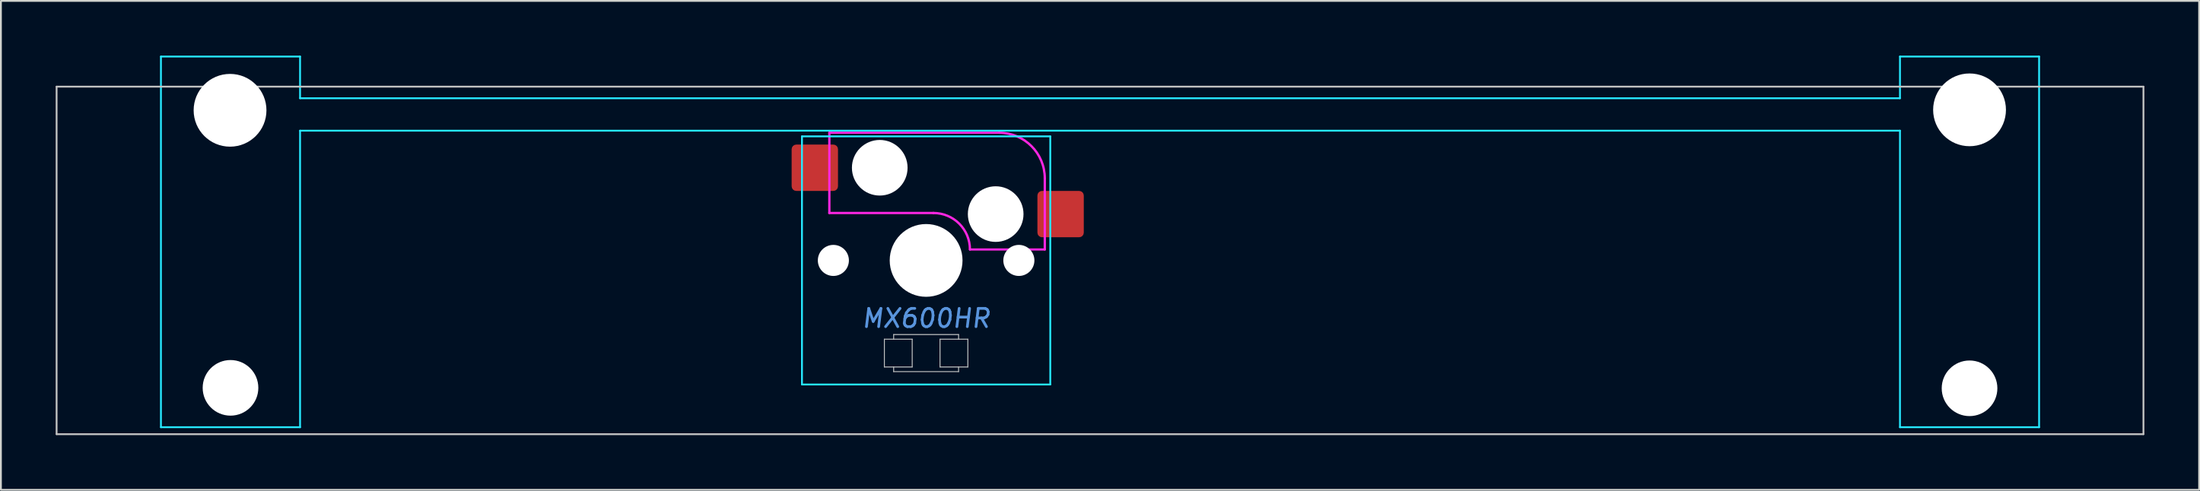
<source format=kicad_pcb>
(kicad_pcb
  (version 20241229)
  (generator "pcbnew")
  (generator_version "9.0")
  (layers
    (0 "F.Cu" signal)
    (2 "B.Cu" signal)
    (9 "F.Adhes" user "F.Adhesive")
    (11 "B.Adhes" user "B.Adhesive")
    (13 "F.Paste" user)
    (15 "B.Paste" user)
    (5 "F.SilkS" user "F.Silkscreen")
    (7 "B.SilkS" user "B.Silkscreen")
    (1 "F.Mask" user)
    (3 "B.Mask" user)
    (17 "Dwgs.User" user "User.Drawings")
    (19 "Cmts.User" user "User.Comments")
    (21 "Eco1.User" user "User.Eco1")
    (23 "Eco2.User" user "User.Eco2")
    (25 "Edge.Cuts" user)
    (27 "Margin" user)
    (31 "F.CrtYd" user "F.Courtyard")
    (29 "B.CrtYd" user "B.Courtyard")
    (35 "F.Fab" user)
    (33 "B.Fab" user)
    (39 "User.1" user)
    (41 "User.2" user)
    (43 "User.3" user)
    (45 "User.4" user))
  (footprint "MX600HR"
    (layer "F.Cu")
    (at 47.675 11.226)
    (property "Reference" "MX600HR" (at 0 3.175 0) (layer "Cmts.User") (effects (font (size 1 1) (thickness 0.15) (italic yes))))
    (attr smd)
    (fp_line (start -47.625 -9.525) (end -47.625 9.525) (stroke (width 0.1) (type solid)) (layer "Dwgs.User"))
    (fp_line (start -47.625 -9.525) (end 66.675 -9.525) (stroke (width 0.1) (type solid)) (layer "Dwgs.User"))
    (fp_line (start -47.625 9.525) (end 66.675 9.525) (stroke (width 0.1) (type solid)) (layer "Dwgs.User"))
    (fp_line (start -2.286 4.318) (end -0.762 4.318) (stroke (width 0.051) (type solid)) (layer "Dwgs.User"))
    (fp_line (start -2.286 5.842) (end -2.286 4.318) (stroke (width 0.051) (type solid)) (layer "Dwgs.User"))
    (fp_line (start -1.778 4.064) (end 1.778 4.064) (stroke (width 0.051) (type solid)) (layer "Dwgs.User"))
    (fp_line (start -1.778 4.318) (end -1.778 4.064) (stroke (width 0.051) (type solid)) (layer "Dwgs.User"))
    (fp_line (start -1.778 6.096) (end -1.778 5.842) (stroke (width 0.051) (type solid)) (layer "Dwgs.User"))
    (fp_line (start -0.762 4.318) (end -0.762 5.842) (stroke (width 0.051) (type solid)) (layer "Dwgs.User"))
    (fp_line (start -0.762 5.842) (end -2.286 5.842) (stroke (width 0.051) (type solid)) (layer "Dwgs.User"))
    (fp_line (start 0.762 4.318) (end 2.286 4.318) (stroke (width 0.051) (type solid)) (layer "Dwgs.User"))
    (fp_line (start 0.762 5.842) (end 0.762 4.318) (stroke (width 0.051) (type solid)) (layer "Dwgs.User"))
    (fp_line (start 1.778 4.064) (end 1.778 4.318) (stroke (width 0.051) (type solid)) (layer "Dwgs.User"))
    (fp_line (start 1.778 5.842) (end 1.778 6.096) (stroke (width 0.051) (type solid)) (layer "Dwgs.User"))
    (fp_line (start 1.778 6.096) (end -1.778 6.096) (stroke (width 0.051) (type solid)) (layer "Dwgs.User"))
    (fp_line (start 2.286 4.318) (end 2.286 5.842) (stroke (width 0.051) (type solid)) (layer "Dwgs.User"))
    (fp_line (start 2.286 5.842) (end 0.762 5.842) (stroke (width 0.051) (type solid)) (layer "Dwgs.User"))
    (fp_line (start 66.675 -9.525) (end 66.675 9.525) (stroke (width 0.1) (type solid)) (layer "Dwgs.User"))
    (fp_line (start -41.6 -8.515) (end -41.6 5.485) (stroke (width 0.1) (type solid)) (layer "Eco1.User"))
    (fp_line (start -41.1 -9.015) (end -35.1 -9.015) (stroke (width 0.1) (type solid)) (layer "Eco1.User"))
    (fp_line (start -35.1 5.985) (end -41.1 5.985) (stroke (width 0.1) (type solid)) (layer "Eco1.User"))
    (fp_line (start -34.6 5.485) (end -34.6 -8.515) (stroke (width 0.1) (type solid)) (layer "Eco1.User"))
    (fp_line (start -7 -6.5) (end -7 6.5) (stroke (width 0.1) (type solid)) (layer "Eco1.User"))
    (fp_line (start -6.5 7) (end 6.5 7) (stroke (width 0.1) (type solid)) (layer "Eco1.User"))
    (fp_line (start 6.5 -7) (end -6.5 -7) (stroke (width 0.1) (type solid)) (layer "Eco1.User"))
    (fp_line (start 7 6.5) (end 7 -6.5) (stroke (width 0.1) (type solid)) (layer "Eco1.User"))
    (fp_line (start 53.65 -8.515) (end 53.65 5.485) (stroke (width 0.1) (type solid)) (layer "Eco1.User"))
    (fp_line (start 54.15 -9.015) (end 60.15 -9.015) (stroke (width 0.1) (type solid)) (layer "Eco1.User"))
    (fp_line (start 60.15 5.985) (end 54.15 5.985) (stroke (width 0.1) (type solid)) (layer "Eco1.User"))
    (fp_line (start 60.65 5.485) (end 60.65 -8.515) (stroke (width 0.1) (type solid)) (layer "Eco1.User"))
    (fp_arc (start -41.6 -8.515) (mid -41.453553 -8.868553) (end -41.1 -9.015) (stroke (width 0.1) (type solid)) (layer "Eco1.User"))
    (fp_arc (start -41.1 5.985) (mid -41.453553 5.838553) (end -41.6 5.485) (stroke (width 0.1) (type solid)) (layer "Eco1.User"))
    (fp_arc (start -35.1 -9.015) (mid -34.746447 -8.868553) (end -34.6 -8.515) (stroke (width 0.1) (type solid)) (layer "Eco1.User"))
    (fp_arc (start -34.6 5.485) (mid -34.746447 5.838553) (end -35.1 5.985) (stroke (width 0.1) (type solid)) (layer "Eco1.User"))
    (fp_arc (start -7 -6.5) (mid -6.853553 -6.853553) (end -6.5 -7) (stroke (width 0.1) (type solid)) (layer "Eco1.User"))
    (fp_arc (start -6.5 7) (mid -6.853553 6.853553) (end -7 6.5) (stroke (width 0.1) (type solid)) (layer "Eco1.User"))
    (fp_arc (start 6.5 -7) (mid 6.853553 -6.853553) (end 7 -6.5) (stroke (width 0.1) (type solid)) (layer "Eco1.User"))
    (fp_arc (start 7 6.5) (mid 6.853553 6.853553) (end 6.5 7) (stroke (width 0.1) (type solid)) (layer "Eco1.User"))
    (fp_arc (start 53.65 -8.515) (mid 53.796447 -8.868553) (end 54.15 -9.015) (stroke (width 0.1) (type solid)) (layer "Eco1.User"))
    (fp_arc (start 54.15 5.985) (mid 53.796447 5.838553) (end 53.65 5.485) (stroke (width 0.1) (type solid)) (layer "Eco1.User"))
    (fp_arc (start 60.15 -9.015) (mid 60.503553 -8.868553) (end 60.65 -8.515) (stroke (width 0.1) (type solid)) (layer "Eco1.User"))
    (fp_arc (start 60.65 5.485) (mid 60.503553 5.838553) (end 60.15 5.985) (stroke (width 0.1) (type solid)) (layer "Eco1.User"))
    (fp_line (start -41.91 -11.176) (end -34.29 -11.176) (stroke (width 0.1) (type solid)) (layer "B.CrtYd"))
    (fp_line (start -41.91 9.144) (end -41.91 -11.176) (stroke (width 0.1) (type solid)) (layer "B.CrtYd"))
    (fp_line (start -41.91 9.144) (end -34.29 9.144) (stroke (width 0.1) (type solid)) (layer "B.CrtYd"))
    (fp_line (start -34.29 -8.89) (end -34.29 -11.176) (stroke (width 0.1) (type solid)) (layer "B.CrtYd"))
    (fp_line (start -34.29 -7.112) (end -34.29 9.144) (stroke (width 0.1) (type solid)) (layer "B.CrtYd"))
    (fp_line (start -6.8 -6.8) (end -6.8 6.8) (stroke (width 0.1) (type solid)) (layer "B.CrtYd"))
    (fp_line (start 6.8 -6.8) (end -6.8 -6.8) (stroke (width 0.1) (type solid)) (layer "B.CrtYd"))
    (fp_line (start 6.8 -6.8) (end 6.8 6.8) (stroke (width 0.1) (type solid)) (layer "B.CrtYd"))
    (fp_line (start 6.8 6.8) (end -6.8 6.8) (stroke (width 0.1) (type solid)) (layer "B.CrtYd"))
    (fp_line (start 53.34 -8.89) (end -34.29 -8.89) (stroke (width 0.1) (type solid)) (layer "B.CrtYd"))
    (fp_line (start 53.34 -8.89) (end 53.34 -11.176) (stroke (width 0.1) (type solid)) (layer "B.CrtYd"))
    (fp_line (start 53.34 -7.112) (end -34.29 -7.112) (stroke (width 0.1) (type solid)) (layer "B.CrtYd"))
    (fp_line (start 53.34 -7.112) (end 53.34 9.144) (stroke (width 0.1) (type solid)) (layer "B.CrtYd"))
    (fp_line (start 60.96 -11.176) (end 53.34 -11.176) (stroke (width 0.1) (type solid)) (layer "B.CrtYd"))
    (fp_line (start 60.96 9.144) (end 53.34 9.144) (stroke (width 0.1) (type solid)) (layer "B.CrtYd"))
    (fp_line (start 60.96 9.144) (end 60.96 -11.176) (stroke (width 0.1) (type solid)) (layer "B.CrtYd"))
    (fp_line (start -5.3 -7) (end -5.3 -2.6) (stroke (width 0.127) (type solid)) (layer "F.CrtYd"))
    (fp_line (start -5.2 -7) (end -5.3 -7) (stroke (width 0.12) (type solid)) (layer "F.CrtYd"))
    (fp_line (start 0.4 -2.6) (end -5.3 -2.6) (stroke (width 0.127) (type solid)) (layer "F.CrtYd"))
    (fp_line (start 4 -7) (end -5.2 -7) (stroke (width 0.12) (type solid)) (layer "F.CrtYd"))
    (fp_line (start 6.5 -4.5) (end 6.5 -0.6) (stroke (width 0.127) (type solid)) (layer "F.CrtYd"))
    (fp_line (start 6.5 -0.6) (end 2.4 -0.6) (stroke (width 0.12) (type solid)) (layer "F.CrtYd"))
    (fp_arc (start 0.4 -2.6) (mid 1.814214 -2.014214) (end 2.4 -0.6) (stroke (width 0.127) (type solid)) (layer "F.CrtYd"))
    (fp_arc (start 4 -7) (mid 5.767767 -6.267767) (end 6.5 -4.5) (stroke (width 0.127) (type solid)) (layer "F.CrtYd"))
    (pad "" np_thru_hole circle (at -38.125 -8.23 180) (size 3.988 3.988) (drill 3.988) (layers "*.Cu" "*.Mask"))
    (pad "" np_thru_hole circle (at -38.1 6.985 180) (size 3.048 3.048) (drill 3.048) (layers "*.Cu" "*.Mask"))
    (pad "" np_thru_hole circle (at -5.08 0) (size 1.702 1.702) (drill 1.702) (layers "*.Cu" "*.Mask"))
    (pad "" np_thru_hole circle (at -2.54 -5.08) (size 3.048 3.048) (drill 3.048) (layers "*.Cu" "*.Mask"))
    (pad "" np_thru_hole circle (at 0 0) (size 3.988 3.988) (drill 3.988) (layers "*.Cu" "*.Mask"))
    (pad "" np_thru_hole circle (at 3.81 -2.54) (size 3.048 3.048) (drill 3.048) (layers "*.Cu" "*.Mask"))
    (pad "" np_thru_hole circle (at 5.08 0) (size 1.702 1.702) (drill 1.702) (layers "*.Cu" "*.Mask"))
    (pad "" np_thru_hole circle (at 57.15 -8.255 180) (size 3.988 3.988) (drill 3.988) (layers "*.Cu" "*.Mask"))
    (pad "" np_thru_hole circle (at 57.15 7.01 180) (size 3.048 3.048) (drill 3.048) (layers "*.Cu" "*.Mask"))
    (pad "1" smd roundrect (at -6.096 -5.08) (size 2.54 2.54) (layers "F.Cu" "F.Mask") (roundrect_rratio 0.1))
    (pad "2" smd roundrect (at 7.366 -2.54) (size 2.54 2.54) (layers "F.Cu" "F.Mask") (roundrect_rratio 0.1)))
  (gr_rect
    (start -3 -3)
    (end 117.4 23.801)
    (stroke (width 0.1) (type default))
    (fill no)
    (layer "Edge.Cuts")))
</source>
